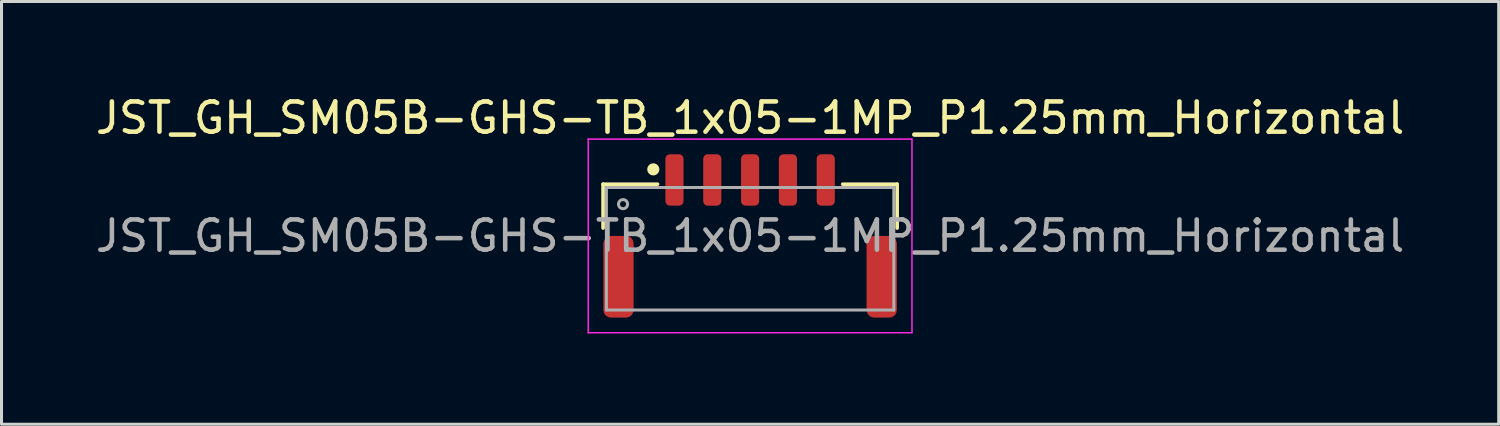
<source format=kicad_pcb>
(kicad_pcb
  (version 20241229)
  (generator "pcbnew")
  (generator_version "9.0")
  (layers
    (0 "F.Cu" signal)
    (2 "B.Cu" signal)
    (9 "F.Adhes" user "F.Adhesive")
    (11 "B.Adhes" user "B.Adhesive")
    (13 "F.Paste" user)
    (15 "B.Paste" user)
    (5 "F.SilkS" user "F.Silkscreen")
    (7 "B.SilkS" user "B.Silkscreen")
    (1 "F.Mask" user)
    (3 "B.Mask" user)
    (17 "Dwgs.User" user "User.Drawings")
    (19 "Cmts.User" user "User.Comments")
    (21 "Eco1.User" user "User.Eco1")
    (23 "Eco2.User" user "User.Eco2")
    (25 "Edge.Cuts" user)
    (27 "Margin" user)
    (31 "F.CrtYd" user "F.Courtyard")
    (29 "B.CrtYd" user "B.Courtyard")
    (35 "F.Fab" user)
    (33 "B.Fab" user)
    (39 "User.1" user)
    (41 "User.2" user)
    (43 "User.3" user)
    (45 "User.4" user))
  (footprint "JST_GH_SM05B-GHS-TB_1x05-1MP_P1.25mm_Horizontal"
    (layer "F.Cu")
    (at 21.744 4.748)
    (property "Reference" "JST_GH_SM05B-GHS-TB_1x05-1MP_P1.25mm_Horizontal" (at 0 -3.9 0) (layer "F.SilkS") (effects (font (size 1 1) (thickness 0.15))))
    (attr smd)
    (fp_line (start -4.86 -1.71) (end -3.06 -1.71) (stroke (width 0.12) (type solid)) (layer "F.SilkS"))
    (fp_line (start -4.86 -0.26) (end -4.86 -1.71) (stroke (width 0.12) (type solid)) (layer "F.SilkS"))
    (fp_line (start 4.86 -1.71) (end 3.06 -1.71) (stroke (width 0.12) (type solid)) (layer "F.SilkS"))
    (fp_line (start 4.86 -0.26) (end 4.86 -1.71) (stroke (width 0.12) (type solid)) (layer "F.SilkS"))
    (fp_circle (center -3.2 -2.2) (end -3.05 -2.2) (stroke (width 0.1) (type solid)) (fill yes) (layer "F.SilkS"))
    (fp_line (start -5.35 -3.2) (end -5.35 3.2) (stroke (width 0.05) (type solid)) (layer "F.CrtYd"))
    (fp_line (start -5.35 3.2) (end 5.35 3.2) (stroke (width 0.05) (type solid)) (layer "F.CrtYd"))
    (fp_line (start 5.35 -3.2) (end -5.35 -3.2) (stroke (width 0.05) (type solid)) (layer "F.CrtYd"))
    (fp_line (start 5.35 3.2) (end 5.35 -3.2) (stroke (width 0.05) (type solid)) (layer "F.CrtYd"))
    (fp_line (start -4.75 -1.6) (end -4.75 2.45) (stroke (width 0.1) (type solid)) (layer "F.Fab"))
    (fp_line (start -4.75 -1.6) (end 4.75 -1.6) (stroke (width 0.1) (type solid)) (layer "F.Fab"))
    (fp_line (start -4.75 2.45) (end 4.75 2.45) (stroke (width 0.1) (type solid)) (layer "F.Fab"))
    (fp_line (start 4.75 -1.6) (end 4.75 2.45) (stroke (width 0.1) (type solid)) (layer "F.Fab"))
    (fp_circle (center -4.2 -1.05) (end -4.05 -1.05) (stroke (width 0.1) (type solid)) (fill no) (layer "F.Fab"))
    (fp_text user "${REFERENCE}" (at 0 0 0) (layer "F.Fab") (effects (font (size 1 1) (thickness 0.15))))
    (pad "1" smd roundrect (at -2.5 -1.85) (size 0.6 1.7) (layers "F.Cu" "F.Mask" "F.Paste") (roundrect_rratio 0.25))
    (pad "2" smd roundrect (at -1.25 -1.85) (size 0.6 1.7) (layers "F.Cu" "F.Mask" "F.Paste") (roundrect_rratio 0.25))
    (pad "3" smd roundrect (at 0 -1.85) (size 0.6 1.7) (layers "F.Cu" "F.Mask" "F.Paste") (roundrect_rratio 0.25))
    (pad "4" smd roundrect (at 1.25 -1.85) (size 0.6 1.7) (layers "F.Cu" "F.Mask" "F.Paste") (roundrect_rratio 0.25))
    (pad "5" smd roundrect (at 2.5 -1.85) (size 0.6 1.7) (layers "F.Cu" "F.Mask" "F.Paste") (roundrect_rratio 0.25))
    (pad "MP" smd roundrect (at -4.35 1.35) (size 1 2.7) (layers "F.Cu" "F.Mask" "F.Paste") (roundrect_rratio 0.25))
    (pad "MP" smd roundrect (at 4.35 1.35) (size 1 2.7) (layers "F.Cu" "F.Mask" "F.Paste") (roundrect_rratio 0.25)))
  (gr_rect
    (start -3 -3)
    (end 46.488 10.973)
    (stroke (width 0.1) (type default))
    (fill no)
    (layer "Edge.Cuts")))
</source>
